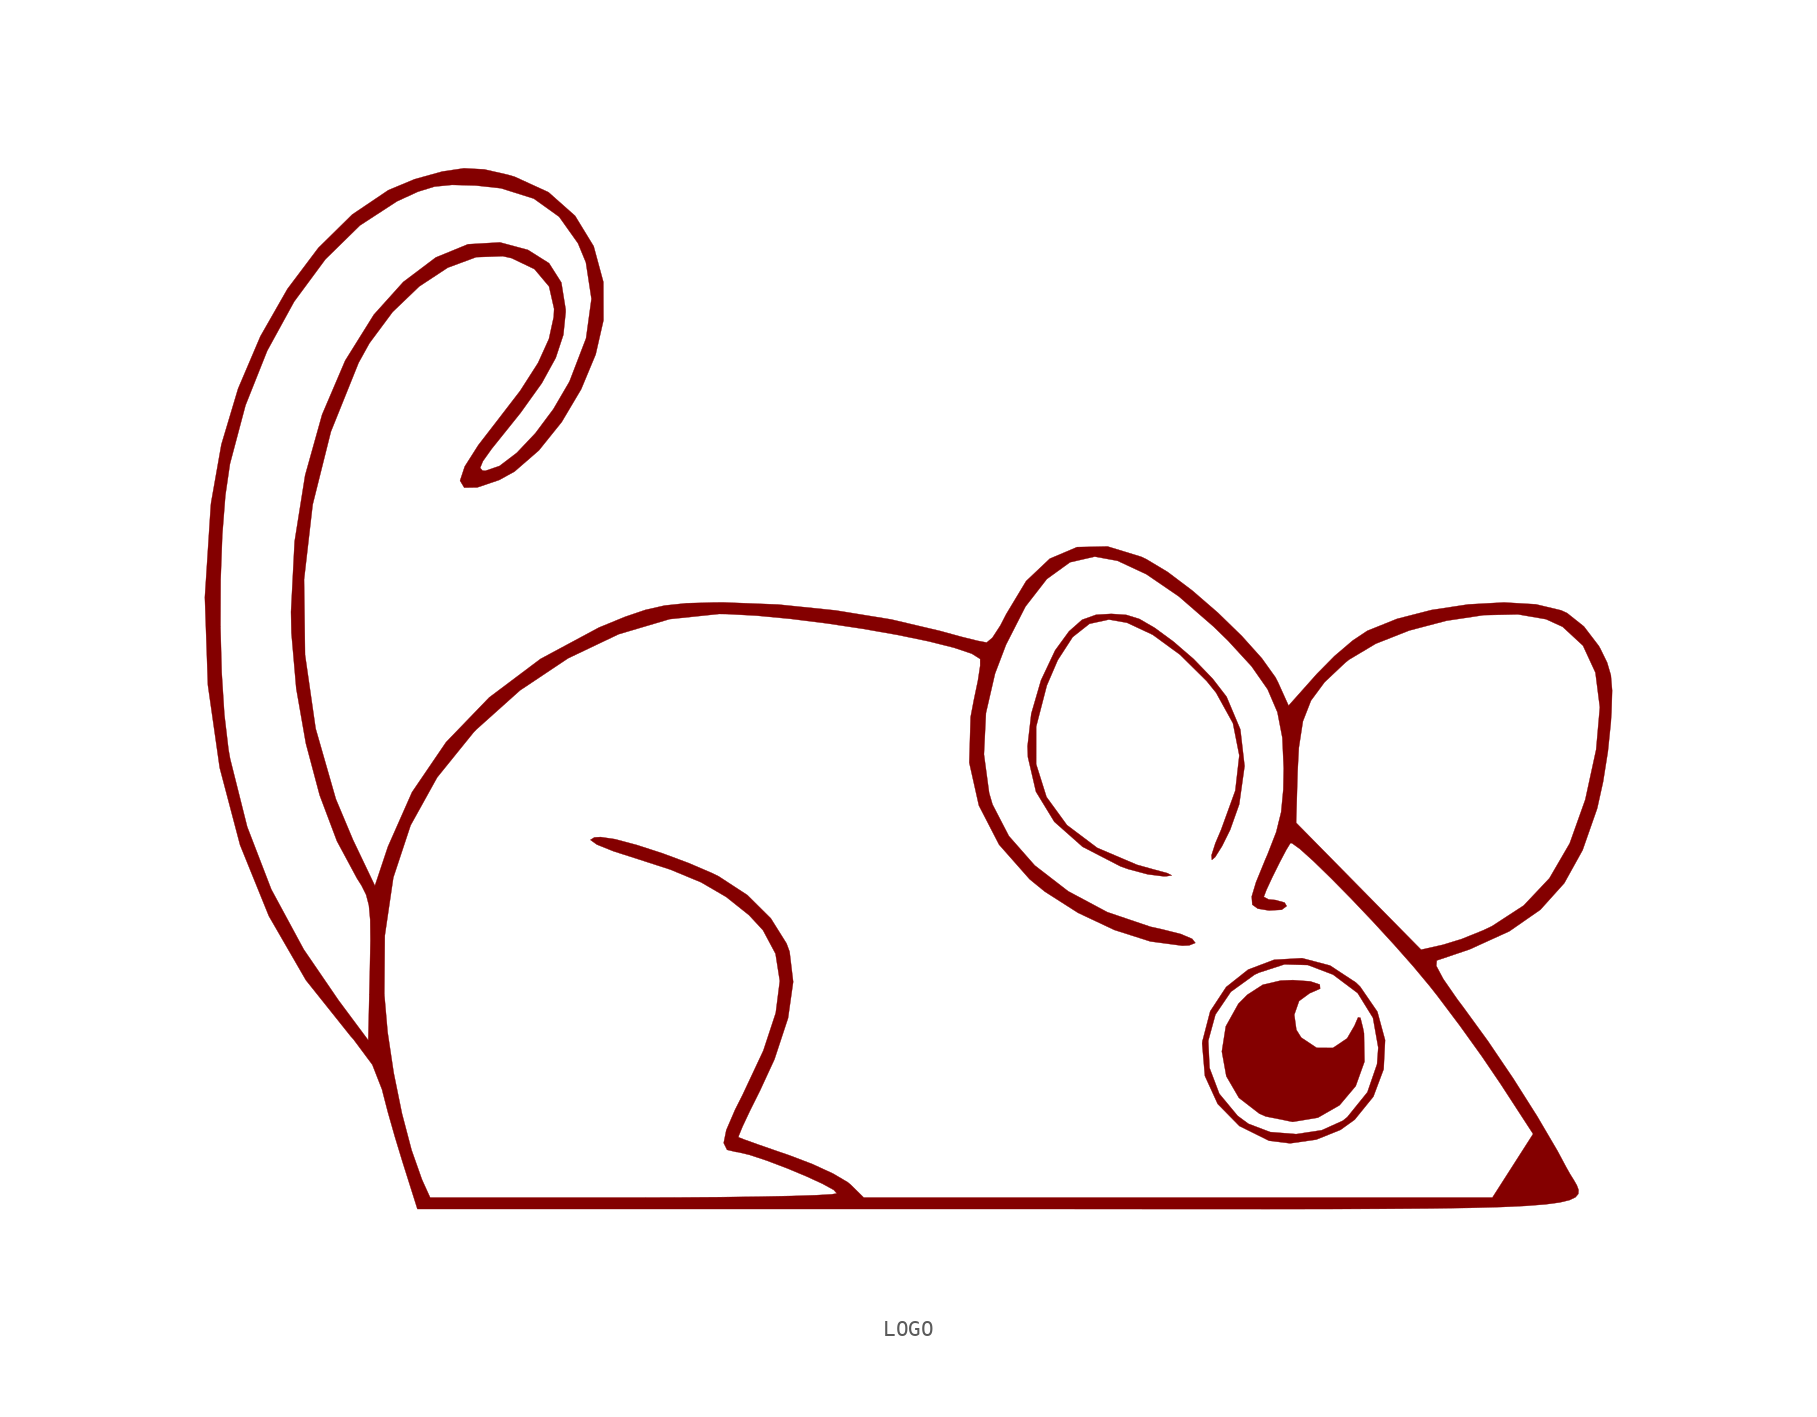
<source format=kicad_sym>
(kicad_symbol_lib
  (version 20220914)
  (generator bitmap2component)
  (symbol "LOGO"
    (pin_names
      (offset 1.016))
    (property "Reference" "#G"
      (at 0 32.993 0)
      (effects (font (size 1.27 1.27)) hide))
    (symbol "LOGO_0_0"
      (polyline (pts (xy 24.607 -32.199) (xy 27.987 -32.187) (xy 30.855 -32.164) (xy 33.25 -32.128) (xy 35.211 -32.075) (xy 36.778 -32.002) (xy 37.988 -31.908) (xy 38.882 -31.789) (xy 39.498 -31.642) (xy 39.875 -31.463) (xy 40.052 -31.252) (xy 40.067 -31.004) (xy 39.961 -30.716) (xy 39.772 -30.387) (xy 39.538 -30.012) (xy 39.3 -29.589) (xy 38.752 -28.564) (xy 37.485 -26.405) (xy 35.987 -24.04) (xy 34.4 -21.694) (xy 32.868 -19.589) (xy 32.492 -19.089) (xy 31.613 -17.82) (xy 31.175 -16.998) (xy 31.201 -16.661) (xy 33.251 -15.969) (xy 35.739 -14.837) (xy 37.681 -13.488) (xy 39.175 -11.828) (xy 40.321 -9.762) (xy 41.218 -7.199) (xy 41.247 -7.094) (xy 41.601 -5.492) (xy 41.901 -3.594) (xy 42.085 -1.789) (xy 42.125 -1.14) (xy 42.166 0.213) (xy 42.087 1.171) (xy 41.854 1.964) (xy 41.434 2.824) (xy 41.331 3.007) (xy 40.404 4.22) (xy 39.349 5.06) (xy 38.974 5.231) (xy 37.4 5.606) (xy 35.405 5.723) (xy 33.172 5.6) (xy 30.882 5.253) (xy 28.718 4.698) (xy 26.86 3.95) (xy 25.941 3.337) (xy 24.8 2.365) (xy 23.709 1.259) (xy 21.938 -0.729) (xy 21.278 0.733) (xy 21.116 1.046) (xy 20.268 2.231) (xy 19.021 3.621) (xy 17.525 5.077) (xy 15.93 6.457) (xy 14.388 7.621) (xy 13.048 8.427) (xy 12.728 8.578) (xy 10.622 9.223) (xy 8.712 9.182) (xy 7.011 8.46) (xy 5.531 7.06) (xy 4.284 4.989) (xy 3.922 4.285) (xy 3.422 3.518) (xy 3.068 3.22) (xy 3.05 3.22) (xy 2.49 3.327) (xy 1.468 3.581) (xy 0.19 3.932) (xy 0.17 3.938) (xy -2.898 4.66) (xy -6.374 5.225) (xy -9.961 5.593) (xy -13.364 5.724) (xy -13.95 5.722) (xy -15.709 5.673) (xy -17.065 5.531) (xy -18.262 5.26) (xy -19.541 4.826) (xy -21.174 4.155) (xy -24.831 2.191) (xy -28.036 -0.217) (xy -30.731 -3.011) (xy -32.86 -6.138) (xy -34.366 -9.543) (xy -35.18 -11.985) (xy -36.546 -9.123) (xy -37.62 -6.568) (xy -38.884 -2.16) (xy -39.547 2.452) (xy -39.608 7.156) (xy -39.069 11.84) (xy -37.932 16.393) (xy -36.198 20.704) (xy -35.52 21.929) (xy -34.073 23.878) (xy -32.404 25.479) (xy -30.626 26.65) (xy -28.849 27.307) (xy -27.187 27.367) (xy -26.635 27.245) (xy -25.205 26.559) (xy -24.293 25.475) (xy -23.977 24.076) (xy -24.002 23.566) (xy -24.301 22.198) (xy -24.981 20.698) (xy -26.097 18.956) (xy -27.706 16.864) (xy -28.714 15.56) (xy -29.564 14.223) (xy -29.858 13.336) (xy -29.596 12.899) (xy -28.78 12.912) (xy -27.408 13.376) (xy -26.448 13.906) (xy -24.925 15.229) (xy -23.501 17) (xy -22.283 19.053) (xy -21.377 21.227) (xy -20.891 23.357) (xy -20.897 25.753) (xy -21.503 27.991) (xy -22.665 29.893) (xy -24.331 31.37) (xy -26.449 32.339) (xy -26.886 32.465) (xy -28.346 32.796) (xy -29.612 32.864) (xy -30.969 32.662) (xy -32.7 32.182) (xy -34.343 31.496) (xy -36.596 29.977) (xy -38.716 27.89) (xy -40.648 25.322) (xy -42.339 22.36) (xy -43.733 19.089) (xy -44.778 15.597) (xy -45.419 11.968) (xy -45.44 11.783) (xy -45.81 6.042) (xy -45.747 4.212) (xy -44.835 4.212) (xy -44.822 7.145) (xy -44.72 9.944) (xy -44.527 12.417) (xy -44.243 14.371) (xy -44.239 14.391) (xy -43.269 18.044) (xy -41.912 21.453) (xy -40.228 24.527) (xy -38.275 27.171) (xy -36.113 29.291) (xy -33.802 30.795) (xy -33.783 30.805) (xy -32.488 31.399) (xy -31.454 31.718) (xy -30.358 31.825) (xy -28.874 31.786) (xy -27.299 31.613) (xy -25.246 30.966) (xy -23.662 29.831) (xy -22.484 28.172) (xy -21.99 26.977) (xy -21.642 24.701) (xy -21.98 22.235) (xy -23.002 19.573) (xy -23.052 19.473) (xy -24.023 17.812) (xy -25.146 16.307) (xy -26.306 15.081) (xy -27.389 14.255) (xy -28.279 13.952) (xy -28.451 13.967) (xy -28.601 14.133) (xy -28.425 14.556) (xy -27.874 15.33) (xy -26.897 16.546) (xy -26.07 17.578) (xy -24.744 19.43) (xy -23.874 21.012) (xy -23.398 22.452) (xy -23.253 23.875) (xy -23.255 24.045) (xy -23.524 25.721) (xy -24.292 26.93) (xy -25.614 27.763) (xy -27.361 28.232) (xy -29.364 28.115) (xy -31.374 27.291) (xy -33.408 25.758) (xy -35.245 23.716) (xy -37.038 20.843) (xy -38.48 17.468) (xy -39.542 13.672) (xy -40.2 9.534) (xy -40.425 5.133) (xy -40.399 3.814) (xy -40.098 0.346) (xy -39.496 -3.091) (xy -38.634 -6.328) (xy -37.554 -9.198) (xy -36.298 -11.533) (xy -36.015 -11.978) (xy -35.728 -12.555) (xy -35.556 -13.215) (xy -35.474 -14.115) (xy -35.461 -15.414) (xy -35.495 -17.27) (xy -35.53 -18.782) (xy -34.59 -18.782) (xy -34.56 -15.106) (xy -34.028 -11.48) (xy -32.947 -8.212) (xy -31.287 -5.218) (xy -29.02 -2.414) (xy -28.836 -2.221) (xy -26.106 0.225) (xy -23.099 2.231) (xy -19.941 3.735) (xy -16.753 4.679) (xy -13.662 5.001) (xy -13.181 4.995) (xy -11.313 4.896) (xy -9.189 4.695) (xy -6.932 4.413) (xy -4.661 4.071) (xy -2.498 3.69) (xy -0.563 3.29) (xy 1.021 2.892) (xy 2.135 2.518) (xy 2.658 2.188) (xy 2.659 1.766) (xy 2.519 0.845) (xy 2.265 -0.366) (xy 2.06 -1.445) (xy 1.977 -4.294) (xy 2.576 -6.97) (xy 3.839 -9.418) (xy 5.749 -11.581) (xy 6.696 -12.354) (xy 8.779 -13.685) (xy 11.052 -14.755) (xy 13.296 -15.471) (xy 15.294 -15.737) (xy 15.726 -15.717) (xy 16.112 -15.564) (xy 15.914 -15.308) (xy 15.2 -15.005) (xy 14.042 -14.714) (xy 13.297 -14.549) (xy 10.61 -13.638) (xy 8.161 -12.331) (xy 6.068 -10.715) (xy 4.452 -8.877) (xy 3.43 -6.905) (xy 3.22 -6.186) (xy 2.895 -3.773) (xy 3.02 -1.192) (xy 3.588 1.272) (xy 4.274 3.077) (xy 5.489 5.462) (xy 6.828 7.186) (xy 8.277 8.233) (xy 9.821 8.586) (xy 11.237 8.327) (xy 13.049 7.483) (xy 15.079 6.095) (xy 17.258 4.202) (xy 18.161 3.32) (xy 19.628 1.722) (xy 20.628 0.29) (xy 21.241 -1.141) (xy 21.549 -2.733) (xy 21.633 -4.651) (xy 21.609 -5.969) (xy 21.474 -7.385) (xy 21.309 -8.049) (xy 22.411 -8.049) (xy 22.504 -4.83) (xy 22.58 -3.364) (xy 22.834 -1.711) (xy 23.34 -0.414) (xy 24.19 0.737) (xy 25.475 1.949) (xy 25.717 2.144) (xy 27.388 3.141) (xy 29.484 3.967) (xy 31.801 4.577) (xy 34.134 4.928) (xy 36.278 4.976) (xy 38.029 4.674) (xy 39.069 4.199) (xy 40.344 3.019) (xy 41.121 1.337) (xy 41.397 -0.832) (xy 41.166 -3.476) (xy 40.485 -6.607) (xy 39.512 -9.338) (xy 38.243 -11.52) (xy 36.637 -13.222) (xy 34.654 -14.513) (xy 34.106 -14.774) (xy 32.758 -15.318) (xy 31.595 -15.676) (xy 30.222 -15.984) (xy 26.316 -12.017) (xy 22.411 -8.049) (xy 21.309 -8.049) (xy 21.166 -8.63) (xy 20.627 -10.017) (xy 20.473 -10.374) (xy 19.902 -11.77) (xy 19.634 -12.662) (xy 19.67 -13.172) (xy 20.012 -13.42) (xy 20.66 -13.528) (xy 20.739 -13.534) (xy 21.511 -13.491) (xy 21.823 -13.259) (xy 21.688 -13.038) (xy 21.107 -12.879) (xy 20.692 -12.843) (xy 20.392 -12.686) (xy 20.392 -12.678) (xy 20.554 -12.251) (xy 20.924 -11.454) (xy 21.38 -10.534) (xy 21.798 -9.741) (xy 22.056 -9.32) (xy 22.148 -9.329) (xy 22.652 -9.694) (xy 23.5 -10.459) (xy 24.601 -11.531) (xy 25.865 -12.816) (xy 27.202 -14.223) (xy 28.521 -15.659) (xy 29.733 -17.03) (xy 30.746 -18.245) (xy 31.252 -18.887) (xy 32.636 -20.726) (xy 34.031 -22.67) (xy 35.202 -24.395) (xy 37.224 -27.505) (xy 35.952 -29.493) (xy 34.679 -31.482) (xy 15.031 -31.482) (xy -4.618 -31.482) (xy -5.439 -30.673) (xy -5.625 -30.52) (xy -6.527 -29.988) (xy -7.824 -29.39) (xy -9.301 -28.828) (xy -9.96 -28.603) (xy -11.203 -28.171) (xy -12.085 -27.855) (xy -12.448 -27.712) (xy -12.435 -27.625) (xy -12.197 -27.044) (xy -11.727 -26.046) (xy -11.094 -24.776) (xy -10.201 -22.842) (xy -9.351 -20.263) (xy -9.031 -17.996) (xy -9.256 -16.109) (xy -9.446 -15.596) (xy -10.428 -14.027) (xy -11.896 -12.57) (xy -13.686 -11.401) (xy -14.124 -11.187) (xy -15.581 -10.563) (xy -17.209 -9.957) (xy -18.803 -9.44) (xy -20.156 -9.079) (xy -21.062 -8.944) (xy -21.458 -8.965) (xy -21.711 -9.12) (xy -21.304 -9.414) (xy -20.261 -9.834) (xy -18.607 -10.364) (xy -16.71 -10.979) (xy -14.788 -11.776) (xy -13.216 -12.692) (xy -11.793 -13.827) (xy -10.921 -14.768) (xy -10.135 -16.239) (xy -9.868 -17.941) (xy -10.121 -19.938) (xy -10.897 -22.292) (xy -12.198 -25.066) (xy -12.667 -25.996) (xy -13.213 -27.264) (xy -13.376 -28.07) (xy -13.165 -28.498) (xy -12.589 -28.634) (xy -12.497 -28.64) (xy -11.759 -28.814) (xy -10.693 -29.167) (xy -9.466 -29.632) (xy -8.247 -30.139) (xy -7.201 -30.619) (xy -6.497 -31.005) (xy -6.302 -31.225) (xy -6.621 -31.277) (xy -7.584 -31.333) (xy -9.108 -31.382) (xy -11.108 -31.423) (xy -13.503 -31.455) (xy -16.208 -31.475) (xy -19.142 -31.482) (xy -31.725 -31.482) (xy -32.153 -30.542) (xy -32.243 -30.337) (xy -32.886 -28.514) (xy -33.487 -26.227) (xy -34.002 -23.695) (xy -34.385 -21.14) (xy -34.59 -18.782) (xy -35.53 -18.782) (xy -35.596 -21.644) (xy -37.447 -19.157) (xy -39.627 -15.969) (xy -41.657 -12.212) (xy -43.162 -8.303) (xy -44.23 -4.047) (xy -44.331 -3.478) (xy -44.589 -1.292) (xy -44.757 1.336) (xy -44.835 4.212) (xy -45.747 4.212) (xy -45.621 0.562) (xy -44.883 -4.614) (xy -43.609 -9.444) (xy -41.81 -13.883) (xy -39.496 -17.888) (xy -36.68 -21.416) (xy -36.522 -21.588) (xy -35.34 -23.177) (xy -34.728 -24.745) (xy -34.69 -24.909) (xy -34.371 -26.138) (xy -33.927 -27.697) (xy -33.443 -29.288) (xy -32.524 -32.197) (xy 3.772 -32.197) (xy 5.191 -32.197) (xy 11.007 -32.2) (xy 16.156 -32.202) (xy 20.676 -32.203) (xy 24.607 -32.199)) (stroke (width 0.01) (type default)) (fill (type outline)))
      (polyline (pts (xy 23.667 -27.86) (xy 25.184 -27.251) (xy 26.072 -26.613) (xy 27.241 -25.171) (xy 27.882 -23.459) (xy 27.973 -21.638) (xy 27.491 -19.864) (xy 26.415 -18.297) (xy 26.147 -18.038) (xy 24.529 -16.974) (xy 22.782 -16.515) (xy 21.034 -16.615) (xy 19.409 -17.231) (xy 18.036 -18.319) (xy 17.039 -19.834) (xy 16.56 -21.678) (xy 16.919 -21.678) (xy 17.366 -20.043) (xy 18.332 -18.618) (xy 19.811 -17.551) (xy 20.086 -17.422) (xy 21.684 -16.904) (xy 23.139 -16.945) (xy 24.713 -17.544) (xy 24.724 -17.55) (xy 26.257 -18.7) (xy 27.214 -20.247) (xy 27.545 -22.109) (xy 27.47 -23.139) (xy 26.865 -24.896) (xy 25.608 -26.451) (xy 25.334 -26.673) (xy 24.017 -27.27) (xy 22.412 -27.514) (xy 20.791 -27.386) (xy 19.427 -26.868) (xy 18.757 -26.374) (xy 17.609 -24.991) (xy 16.998 -23.376) (xy 16.919 -21.678) (xy 16.56 -21.678) (xy 16.546 -21.733) (xy 16.535 -21.859) (xy 16.707 -23.878) (xy 17.505 -25.628) (xy 18.864 -27.011) (xy 20.718 -27.931) (xy 22.034 -28.093) (xy 23.667 -27.86)) (stroke (width 0.01) (type default)) (fill (type outline)))
      (polyline (pts (xy 14.296 -11.397) (xy 14.636 -11.34) (xy 14.356 -11.198) (xy 13.415 -10.944) (xy 12.466 -10.679) (xy 9.977 -9.619) (xy 8.085 -8.196) (xy 6.806 -6.439) (xy 6.158 -4.38) (xy 6.159 -2.047) (xy 6.825 0.529) (xy 7.508 2.115) (xy 8.444 3.56) (xy 9.492 4.387) (xy 10.703 4.651) (xy 11.838 4.453) (xy 13.446 3.699) (xy 15.148 2.457) (xy 16.812 0.812) (xy 17.407 0.077) (xy 18.46 -1.829) (xy 18.858 -3.844) (xy 18.607 -6.043) (xy 17.716 -8.499) (xy 17.362 -9.33) (xy 17.12 -10.084) (xy 17.144 -10.375) (xy 17.353 -10.193) (xy 17.782 -9.511) (xy 18.286 -8.496) (xy 18.854 -6.897) (xy 19.188 -4.507) (xy 18.924 -2.217) (xy 18.066 -0.181) (xy 18.051 -0.157) (xy 17.199 0.948) (xy 16.01 2.181) (xy 14.737 3.279) (xy 13.557 4.143) (xy 12.618 4.688) (xy 11.79 4.945) (xy 10.856 5.008) (xy 9.904 4.953) (xy 9.031 4.641) (xy 8.212 3.918) (xy 7.344 2.727) (xy 6.46 0.855) (xy 5.853 -1.233) (xy 5.619 -3.265) (xy 5.642 -3.943) (xy 6.146 -6.11) (xy 7.293 -7.99) (xy 9.059 -9.554) (xy 11.425 -10.775) (xy 11.903 -10.947) (xy 13.138 -11.276) (xy 14.131 -11.401) (xy 14.296 -11.397)) (stroke (width 0.01) (type default)) (fill (type outline)))
      (polyline (pts (xy 23.773 -26.487) (xy 25.126 -25.711) (xy 26.136 -24.513) (xy 26.685 -22.983) (xy 26.654 -21.212) (xy 26.589 -20.878) (xy 26.43 -20.241) (xy 26.282 -20.218) (xy 26.057 -20.739) (xy 25.596 -21.531) (xy 24.711 -22.125) (xy 23.696 -22.121) (xy 22.73 -21.479) (xy 22.427 -20.994) (xy 22.296 -20.053) (xy 22.595 -19.197) (xy 23.27 -18.702) (xy 23.295 -18.695) (xy 23.912 -18.424) (xy 23.889 -18.163) (xy 23.297 -17.965) (xy 22.208 -17.887) (xy 21.44 -17.917) (xy 20.322 -18.178) (xy 19.356 -18.805) (xy 18.8 -19.365) (xy 18.012 -20.782) (xy 17.767 -22.349) (xy 18.046 -23.895) (xy 18.832 -25.247) (xy 20.108 -26.234) (xy 20.506 -26.41) (xy 22.193 -26.75) (xy 23.773 -26.487)) (stroke (width 0.01) (type default)) (fill (type outline))))))
</source>
